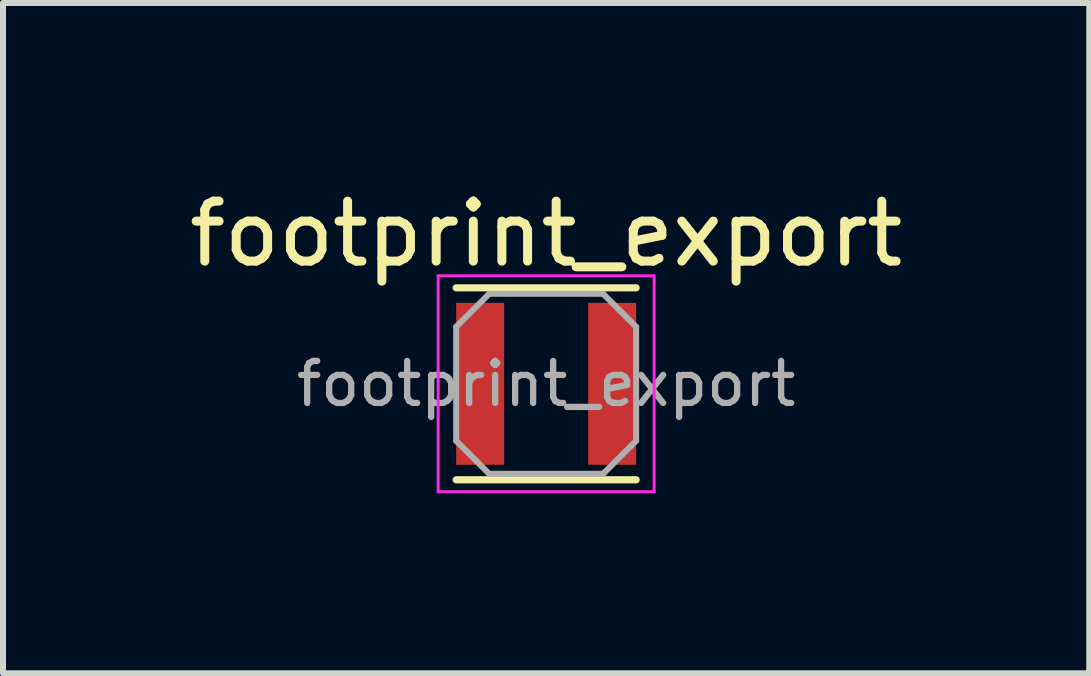
<source format=kicad_pcb>
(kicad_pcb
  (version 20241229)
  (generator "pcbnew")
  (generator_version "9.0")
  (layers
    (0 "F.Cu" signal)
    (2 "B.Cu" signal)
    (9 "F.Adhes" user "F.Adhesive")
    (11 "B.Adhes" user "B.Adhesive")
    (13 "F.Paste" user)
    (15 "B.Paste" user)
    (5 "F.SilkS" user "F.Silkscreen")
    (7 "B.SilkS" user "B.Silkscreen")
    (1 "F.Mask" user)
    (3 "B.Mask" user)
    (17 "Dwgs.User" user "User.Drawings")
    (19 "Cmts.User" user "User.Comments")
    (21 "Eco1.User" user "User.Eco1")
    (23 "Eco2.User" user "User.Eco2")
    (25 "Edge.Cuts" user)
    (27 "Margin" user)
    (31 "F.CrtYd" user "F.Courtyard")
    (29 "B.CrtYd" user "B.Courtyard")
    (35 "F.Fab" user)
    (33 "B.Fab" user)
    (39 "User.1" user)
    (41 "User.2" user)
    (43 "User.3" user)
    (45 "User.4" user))
  (footprint "footprint_export"
    (layer "F.Cu")
    (at 6.054 3.348)
    (property "Reference" "footprint_export" (at 0 -2.5 0) (layer "F.SilkS") (effects (font (size 1 1) (thickness 0.15))))
    (attr smd)
    (fp_line (start -1.5 -1.6) (end 1.5 -1.6) (stroke (width 0.12) (type solid)) (layer "F.SilkS"))
    (fp_line (start -1.5 1.6) (end 1.5 1.6) (stroke (width 0.12) (type solid)) (layer "F.SilkS"))
    (fp_line (start -1.8 -1.8) (end -1.8 1.8) (stroke (width 0.05) (type solid)) (layer "F.CrtYd"))
    (fp_line (start -1.8 1.8) (end 1.8 1.8) (stroke (width 0.05) (type solid)) (layer "F.CrtYd"))
    (fp_line (start 1.8 -1.8) (end -1.8 -1.8) (stroke (width 0.05) (type solid)) (layer "F.CrtYd"))
    (fp_line (start 1.8 1.8) (end 1.8 -1.8) (stroke (width 0.05) (type solid)) (layer "F.CrtYd"))
    (fp_line (start -1.5 -0.95) (end -1.5 0.95) (stroke (width 0.1) (type solid)) (layer "F.Fab"))
    (fp_line (start -1.5 -0.95) (end -0.95 -1.5) (stroke (width 0.1) (type solid)) (layer "F.Fab"))
    (fp_line (start -1.5 0.95) (end -0.95 1.5) (stroke (width 0.1) (type solid)) (layer "F.Fab"))
    (fp_line (start -0.95 -1.5) (end 0.95 -1.5) (stroke (width 0.1) (type solid)) (layer "F.Fab"))
    (fp_line (start -0.95 1.5) (end 0.95 1.5) (stroke (width 0.1) (type solid)) (layer "F.Fab"))
    (fp_line (start 1.5 -0.95) (end 0.95 -1.5) (stroke (width 0.1) (type solid)) (layer "F.Fab"))
    (fp_line (start 1.5 0.95) (end 0.95 1.5) (stroke (width 0.1) (type solid)) (layer "F.Fab"))
    (fp_line (start 1.5 0.95) (end 1.5 -0.95) (stroke (width 0.1) (type solid)) (layer "F.Fab"))
    (fp_text user "${REFERENCE}" (at 0 0 0) (layer "F.Fab") (effects (font (size 0.7 0.7) (thickness 0.105))))
    (pad "1" smd rect (at -1.1 0) (size 0.8 2.7) (layers "F.Cu" "F.Mask" "F.Paste"))
    (pad "2" smd rect (at 1.1 0) (size 0.8 2.7) (layers "F.Cu" "F.Mask" "F.Paste")))
  (gr_rect
    (start -3 -3)
    (end 15.107 8.173)
    (stroke (width 0.1) (type default))
    (fill no)
    (layer "Edge.Cuts")))
</source>
